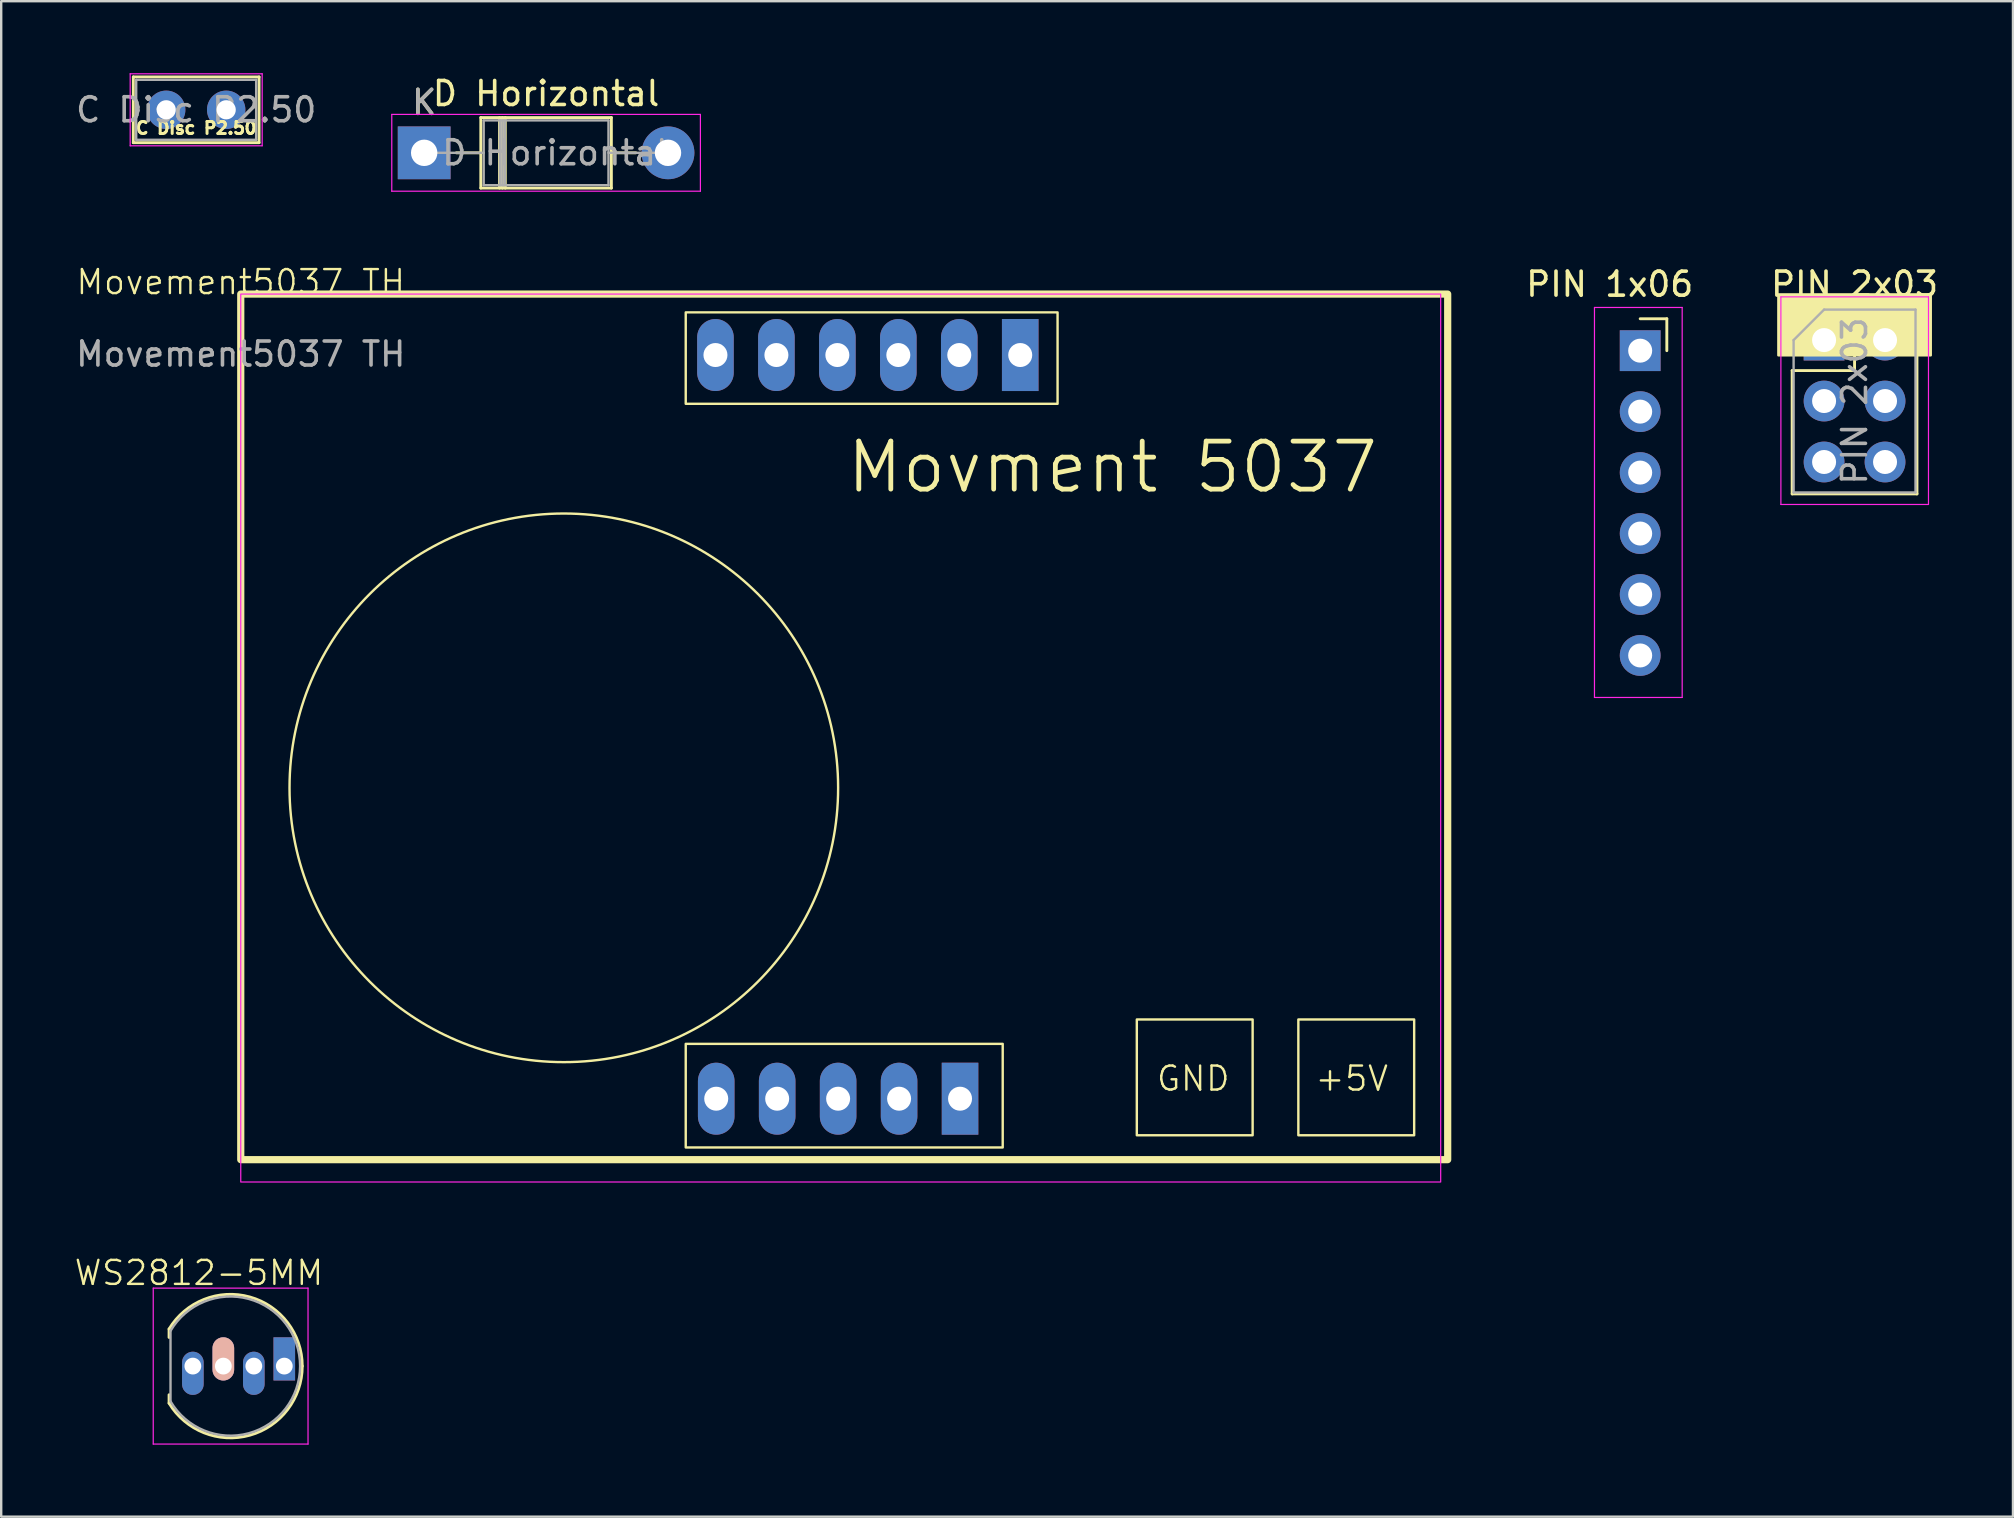
<source format=kicad_pcb>
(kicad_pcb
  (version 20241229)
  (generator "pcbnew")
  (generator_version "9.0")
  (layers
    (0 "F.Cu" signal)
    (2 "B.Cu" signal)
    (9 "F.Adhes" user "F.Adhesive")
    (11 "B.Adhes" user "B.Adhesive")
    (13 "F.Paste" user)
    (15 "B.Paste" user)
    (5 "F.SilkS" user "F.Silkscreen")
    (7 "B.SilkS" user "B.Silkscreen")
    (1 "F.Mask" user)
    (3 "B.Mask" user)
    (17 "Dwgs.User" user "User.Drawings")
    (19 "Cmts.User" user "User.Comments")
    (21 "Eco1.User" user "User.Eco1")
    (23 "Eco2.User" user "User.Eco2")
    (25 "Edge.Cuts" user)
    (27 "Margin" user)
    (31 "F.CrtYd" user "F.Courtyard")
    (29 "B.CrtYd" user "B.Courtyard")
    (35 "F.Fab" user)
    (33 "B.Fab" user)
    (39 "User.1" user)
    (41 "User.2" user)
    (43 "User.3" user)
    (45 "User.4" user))
  (footprint "Movement5037 TH"
    (layer "F.Cu")
    (at 6.982 9.204)
    (property "Reference" "Movement5037 TH" (at 0 -0.5 0) (unlocked yes) (layer "F.SilkS") (effects (font (size 1 1) (thickness 0.1))))
    (attr through_hole)
    (fp_rect (start 0 0) (end 50.292 36.068) (stroke (width 0.3) (type default)) (fill no) (layer "F.SilkS"))
    (fp_rect (start 18.542 0.762) (end 34.036 4.572) (stroke (width 0.1) (type default)) (fill no) (layer "F.SilkS"))
    (fp_rect (start 18.542 31.242) (end 31.75 35.56) (stroke (width 0.1) (type default)) (fill no) (layer "F.SilkS"))
    (fp_rect (start 37.338 30.226) (end 42.164 35.052) (stroke (width 0.1) (type default)) (fill no) (layer "F.SilkS"))
    (fp_rect (start 44.069 30.226) (end 48.895 35.052) (stroke (width 0.1) (type default)) (fill no) (layer "F.SilkS"))
    (fp_circle (center 13.462 20.574) (end 13.462 9.144) (stroke (width 0.1) (type default)) (fill no) (layer "F.SilkS"))
    (fp_rect (start 0 0) (end 50 37) (stroke (width 0.05) (type default)) (fill no) (layer "F.CrtYd"))
    (fp_text user "Movment 5037" (at 25.146 8.382 0) (unlocked yes) (layer "F.SilkS") (effects (font (size 2 2) (thickness 0.2)) (justify left bottom)))
    (fp_text user "+5V" (at 44.704 33.274 0) (unlocked yes) (layer "F.SilkS") (effects (font (size 1 1) (thickness 0.1)) (justify left bottom)))
    (fp_text user "GND" (at 38.1 33.274 0) (unlocked yes) (layer "F.SilkS") (effects (font (size 1 1) (thickness 0.1)) (justify left bottom)))
    (fp_text user "${REFERENCE}" (at 0 2.5 0) (unlocked yes) (layer "F.Fab") (effects (font (size 1 1) (thickness 0.15))))
    (pad "1" thru_hole rect (at 32.48 2.54) (size 1.524 3) (drill 1) (layers "*.Cu" "*.Mask"))
    (pad "2" thru_hole oval (at 29.94 2.54) (size 1.524 3) (drill 1) (layers "*.Cu" "*.Mask"))
    (pad "3" thru_hole oval (at 27.4 2.54) (size 1.524 3) (drill 1) (layers "*.Cu" "*.Mask"))
    (pad "4" thru_hole oval (at 24.86 2.54) (size 1.524 3) (drill 1) (layers "*.Cu" "*.Mask"))
    (pad "5" thru_hole oval (at 22.32 2.54) (size 1.524 3) (drill 1) (layers "*.Cu" "*.Mask"))
    (pad "6" thru_hole oval (at 19.78 2.54) (size 1.524 3) (drill 1) (layers "*.Cu" "*.Mask"))
    (pad "7" thru_hole rect (at 29.972 33.528) (size 1.524 3) (drill 1) (layers "*.Cu" "*.Mask"))
    (pad "8" thru_hole oval (at 27.432 33.528) (size 1.524 3) (drill 1) (layers "*.Cu" "*.Mask"))
    (pad "9" thru_hole oval (at 24.892 33.528) (size 1.524 3) (drill 1) (layers "*.Cu" "*.Mask"))
    (pad "10" thru_hole oval (at 22.352 33.528) (size 1.524 3) (drill 1) (layers "*.Cu" "*.Mask"))
    (pad "11" thru_hole oval (at 19.812 33.528) (size 1.524 3) (drill 1) (layers "*.Cu" "*.Mask")))
  (footprint "C Disc P2.50"
    (layer "F.Cu")
    (at 3.875 1.525)
    (property "Reference" "C Disc P2.50" (at 1.25 0.762 0) (layer "F.SilkS") (effects (font (size 0.5 0.5) (thickness 0.125))))
    (attr through_hole)
    (fp_line (start -1.37 -1.37) (end -1.37 1.37) (stroke (width 0.12) (type solid)) (layer "F.SilkS"))
    (fp_line (start -1.37 -1.37) (end 3.87 -1.37) (stroke (width 0.12) (type solid)) (layer "F.SilkS"))
    (fp_line (start -1.37 1.37) (end 3.87 1.37) (stroke (width 0.12) (type solid)) (layer "F.SilkS"))
    (fp_line (start 3.87 -1.37) (end 3.87 1.37) (stroke (width 0.12) (type solid)) (layer "F.SilkS"))
    (fp_line (start -1.5 -1.5) (end -1.5 1.5) (stroke (width 0.05) (type solid)) (layer "F.CrtYd"))
    (fp_line (start -1.5 1.5) (end 4 1.5) (stroke (width 0.05) (type solid)) (layer "F.CrtYd"))
    (fp_line (start 4 -1.5) (end -1.5 -1.5) (stroke (width 0.05) (type solid)) (layer "F.CrtYd"))
    (fp_line (start 4 1.5) (end 4 -1.5) (stroke (width 0.05) (type solid)) (layer "F.CrtYd"))
    (fp_line (start -1.25 -1.25) (end -1.25 1.25) (stroke (width 0.1) (type solid)) (layer "F.Fab"))
    (fp_line (start -1.25 1.25) (end 3.75 1.25) (stroke (width 0.1) (type solid)) (layer "F.Fab"))
    (fp_line (start 3.75 -1.25) (end -1.25 -1.25) (stroke (width 0.1) (type solid)) (layer "F.Fab"))
    (fp_line (start 3.75 1.25) (end 3.75 -1.25) (stroke (width 0.1) (type solid)) (layer "F.Fab"))
    (fp_text user "${REFERENCE}" (at 1.25 0 0) (layer "F.Fab") (effects (font (size 1 1) (thickness 0.15))))
    (pad "1" thru_hole circle (at 0 0) (size 1.6 1.6) (drill 0.8) (layers "*.Cu" "*.Mask"))
    (pad "2" thru_hole circle (at 2.5 0) (size 1.6 1.6) (drill 0.8) (layers "*.Cu" "*.Mask")))
  (footprint "WS2812-5MM"
    (layer "F.Cu")
    (at 6.51 53.799)
    (property "Reference" "WS2812-5MM" (at -1.27 -3.81 0) (unlocked yes) (layer "F.SilkS") (effects (font (size 1 1) (thickness 0.1))))
    (attr smd)
    (fp_line (start -2.515 -1.47) (end -2.515 -1.12) (stroke (width 0.12) (type solid)) (layer "F.SilkS"))
    (fp_line (start -2.515 1.27) (end -2.515 1.62) (stroke (width 0.12) (type solid)) (layer "F.SilkS"))
    (fp_arc (start -2.515 -1.46983) (mid 0.847002 -2.805433) (end 3.035 0.075462) (stroke (width 0.12) (type solid)) (layer "F.SilkS"))
    (fp_arc (start 3.035 0.074538) (mid 0.847002 2.955433) (end -2.515 1.61983) (stroke (width 0.12) (type solid)) (layer "F.SilkS"))
    (fp_line (start -3.175 -3.175) (end -3.175 3.325) (stroke (width 0.05) (type solid)) (layer "F.CrtYd"))
    (fp_line (start -3.175 3.325) (end 3.275 3.325) (stroke (width 0.05) (type solid)) (layer "F.CrtYd"))
    (fp_line (start 3.275 -3.175) (end -3.175 -3.175) (stroke (width 0.05) (type solid)) (layer "F.CrtYd"))
    (fp_line (start 3.275 3.325) (end 3.275 -3.175) (stroke (width 0.05) (type solid)) (layer "F.CrtYd"))
    (fp_line (start -2.455 -1.395) (end -2.455 1.545) (stroke (width 0.1) (type solid)) (layer "F.Fab"))
    (fp_arc (start -2.455 -1.394694) (mid 2.945 0.075016) (end -2.455016 1.544666) (stroke (width 0.1) (type solid)) (layer "F.Fab"))
    (pad "1" thru_hole rect (at 2.286 0.075) (size 0.9 1.8) (drill 0.7 (offset 0 -0.3)) (layers "*.Cu" "*.Mask"))
    (pad "2" thru_hole oval (at 1.016 0.075) (size 0.9 1.8) (drill 0.7 (offset 0 0.3)) (layers "*.Cu" "*.Mask"))
    (pad "3" thru_hole oval (at -0.254 0.075) (size 0.9 1.8) (drill 0.7 (offset 0 -0.3)) (layers "*.Cu" "*.Mask" "B.SilkS"))
    (pad "4" thru_hole oval (at -1.524 0.075) (size 0.9 1.8) (drill 0.7 (offset 0 0.3)) (layers "*.Cu" "*.Mask")))
  (footprint "PIN 1x06"
    (layer "F.Cu")
    (at 65.295 11.562)
    (property "Reference" "PIN 1x06" (at -1.27 -2.77 0) (layer "F.SilkS") (effects (font (size 1 1) (thickness 0.15))))
    (attr through_hole)
    (fp_line (start 0 -1.33) (end 1.11 -1.33) (stroke (width 0.12) (type solid)) (layer "F.SilkS"))
    (fp_line (start 1.11 -1.33) (end 1.11 0) (stroke (width 0.12) (type solid)) (layer "F.SilkS"))
    (fp_line (start -1.905 -1.8) (end -1.905 14.45) (stroke (width 0.05) (type solid)) (layer "F.CrtYd"))
    (fp_line (start -1.905 14.45) (end 1.75 14.45) (stroke (width 0.05) (type solid)) (layer "F.CrtYd"))
    (fp_line (start 1.75 -1.8) (end -1.905 -1.8) (stroke (width 0.05) (type solid)) (layer "F.CrtYd"))
    (fp_line (start 1.75 14.45) (end 1.75 -1.8) (stroke (width 0.05) (type solid)) (layer "F.CrtYd"))
    (pad "1" thru_hole rect (at 0 0) (size 1.7 1.7) (drill 1) (layers "*.Cu" "*.Mask"))
    (pad "2" thru_hole oval (at 0 2.54) (size 1.7 1.7) (drill 1) (layers "*.Cu" "*.Mask"))
    (pad "3" thru_hole oval (at 0 5.08) (size 1.7 1.7) (drill 1) (layers "*.Cu" "*.Mask"))
    (pad "4" thru_hole oval (at 0 7.62) (size 1.7 1.7) (drill 1) (layers "*.Cu" "*.Mask"))
    (pad "5" thru_hole oval (at 0 10.16) (size 1.7 1.7) (drill 1) (layers "*.Cu" "*.Mask"))
    (pad "6" thru_hole oval (at 0 12.7) (size 1.7 1.7) (drill 1) (layers "*.Cu" "*.Mask")))
  (footprint "D Horizontal"
    (layer "F.Cu")
    (at 14.625 3.318)
    (property "Reference" "D Horizontal" (at 5.08 -2.47 0) (layer "F.SilkS") (effects (font (size 1 1) (thickness 0.15))))
    (attr through_hole)
    (fp_line (start 1.34 0) (end 2.36 0) (stroke (width 0.12) (type solid)) (layer "F.SilkS"))
    (fp_line (start 2.36 -1.47) (end 2.36 1.47) (stroke (width 0.12) (type solid)) (layer "F.SilkS"))
    (fp_line (start 2.36 1.47) (end 7.8 1.47) (stroke (width 0.12) (type solid)) (layer "F.SilkS"))
    (fp_line (start 3.14 -1.47) (end 3.14 1.47) (stroke (width 0.12) (type solid)) (layer "F.SilkS"))
    (fp_line (start 3.26 -1.47) (end 3.26 1.47) (stroke (width 0.12) (type solid)) (layer "F.SilkS"))
    (fp_line (start 3.38 -1.47) (end 3.38 1.47) (stroke (width 0.12) (type solid)) (layer "F.SilkS"))
    (fp_line (start 7.8 -1.47) (end 2.36 -1.47) (stroke (width 0.12) (type solid)) (layer "F.SilkS"))
    (fp_line (start 7.8 1.47) (end 7.8 -1.47) (stroke (width 0.12) (type solid)) (layer "F.SilkS"))
    (fp_line (start 8.82 0) (end 7.8 0) (stroke (width 0.12) (type solid)) (layer "F.SilkS"))
    (fp_line (start -1.35 -1.6) (end -1.35 1.6) (stroke (width 0.05) (type solid)) (layer "F.CrtYd"))
    (fp_line (start -1.35 1.6) (end 11.51 1.6) (stroke (width 0.05) (type solid)) (layer "F.CrtYd"))
    (fp_line (start 11.51 -1.6) (end -1.35 -1.6) (stroke (width 0.05) (type solid)) (layer "F.CrtYd"))
    (fp_line (start 11.51 1.6) (end 11.51 -1.6) (stroke (width 0.05) (type solid)) (layer "F.CrtYd"))
    (fp_line (start 0 0) (end 2.48 0) (stroke (width 0.1) (type solid)) (layer "F.Fab"))
    (fp_line (start 2.48 -1.35) (end 2.48 1.35) (stroke (width 0.1) (type solid)) (layer "F.Fab"))
    (fp_line (start 2.48 1.35) (end 7.68 1.35) (stroke (width 0.1) (type solid)) (layer "F.Fab"))
    (fp_line (start 3.16 -1.35) (end 3.16 1.35) (stroke (width 0.1) (type solid)) (layer "F.Fab"))
    (fp_line (start 3.26 -1.35) (end 3.26 1.35) (stroke (width 0.1) (type solid)) (layer "F.Fab"))
    (fp_line (start 3.36 -1.35) (end 3.36 1.35) (stroke (width 0.1) (type solid)) (layer "F.Fab"))
    (fp_line (start 7.68 -1.35) (end 2.48 -1.35) (stroke (width 0.1) (type solid)) (layer "F.Fab"))
    (fp_line (start 7.68 1.35) (end 7.68 -1.35) (stroke (width 0.1) (type solid)) (layer "F.Fab"))
    (fp_line (start 10.16 0) (end 7.68 0) (stroke (width 0.1) (type solid)) (layer "F.Fab"))
    (fp_text user "K" (at 0 -2.1 0) (layer "F.SilkS") (effects (font (size 1 1) (thickness 0.15))))
    (fp_text user "${REFERENCE}" (at 5.47 0 0) (layer "F.Fab") (effects (font (size 1 1) (thickness 0.15))))
    (fp_text user "K" (at 0 -2.1 0) (layer "F.Fab") (effects (font (size 1 1) (thickness 0.15))))
    (pad "1" thru_hole rect (at 0 0) (size 2.2 2.2) (drill 1.1) (layers "*.Cu" "*.Mask"))
    (pad "2" thru_hole oval (at 10.16 0) (size 2.2 2.2) (drill 1.1) (layers "*.Cu" "*.Mask")))
  (footprint "PIN 2x03"
    (layer "F.Cu")
    (at 72.958 11.121)
    (property "Reference" "PIN 2x03" (at 1.27 -2.33 0) (layer "F.SilkS") (effects (font (size 1 1) (thickness 0.15))))
    (attr through_hole)
    (fp_line (start -1.33 -1.33) (end 0 -1.33) (stroke (width 0.12) (type solid)) (layer "F.SilkS"))
    (fp_line (start -1.33 0) (end -1.33 -1.33) (stroke (width 0.12) (type solid)) (layer "F.SilkS"))
    (fp_line (start -1.33 1.27) (end -1.33 6.41) (stroke (width 0.12) (type solid)) (layer "F.SilkS"))
    (fp_line (start -1.33 1.27) (end 1.27 1.27) (stroke (width 0.12) (type solid)) (layer "F.SilkS"))
    (fp_line (start -1.33 6.41) (end 3.87 6.41) (stroke (width 0.12) (type solid)) (layer "F.SilkS"))
    (fp_line (start 1.27 -1.33) (end 3.87 -1.33) (stroke (width 0.12) (type solid)) (layer "F.SilkS"))
    (fp_line (start 1.27 1.27) (end 1.27 -1.33) (stroke (width 0.12) (type solid)) (layer "F.SilkS"))
    (fp_line (start 3.87 -1.33) (end 3.87 6.41) (stroke (width 0.12) (type solid)) (layer "F.SilkS"))
    (fp_rect (start -1.905 -1.905) (end 4.445 0.635) (stroke (width 0.1) (type solid)) (fill yes) (layer "F.SilkS"))
    (fp_line (start -1.8 -1.8) (end -1.8 6.85) (stroke (width 0.05) (type solid)) (layer "F.CrtYd"))
    (fp_line (start -1.8 6.85) (end 4.35 6.85) (stroke (width 0.05) (type solid)) (layer "F.CrtYd"))
    (fp_line (start 4.35 -1.8) (end -1.8 -1.8) (stroke (width 0.05) (type solid)) (layer "F.CrtYd"))
    (fp_line (start 4.35 6.85) (end 4.35 -1.8) (stroke (width 0.05) (type solid)) (layer "F.CrtYd"))
    (fp_line (start -1.27 0) (end 0 -1.27) (stroke (width 0.1) (type solid)) (layer "F.Fab"))
    (fp_line (start -1.27 6.35) (end -1.27 0) (stroke (width 0.1) (type solid)) (layer "F.Fab"))
    (fp_line (start 0 -1.27) (end 3.81 -1.27) (stroke (width 0.1) (type solid)) (layer "F.Fab"))
    (fp_line (start 3.81 -1.27) (end 3.81 6.35) (stroke (width 0.1) (type solid)) (layer "F.Fab"))
    (fp_line (start 3.81 6.35) (end -1.27 6.35) (stroke (width 0.1) (type solid)) (layer "F.Fab"))
    (fp_text user "${REFERENCE}" (at 1.27 2.54 90) (layer "F.Fab") (effects (font (size 1 1) (thickness 0.15))))
    (pad "1" thru_hole rect (at 0 0) (size 1.7 1.7) (drill 1) (layers "*.Cu" "*.Mask"))
    (pad "2" thru_hole oval (at 2.54 0) (size 1.7 1.7) (drill 1) (layers "*.Cu" "*.Mask"))
    (pad "3" thru_hole oval (at 0 2.54) (size 1.7 1.7) (drill 1) (layers "*.Cu" "*.Mask"))
    (pad "4" thru_hole oval (at 2.54 2.54) (size 1.7 1.7) (drill 1) (layers "*.Cu" "*.Mask"))
    (pad "5" thru_hole oval (at 0 5.08) (size 1.7 1.7) (drill 1) (layers "*.Cu" "*.Mask"))
    (pad "6" thru_hole oval (at 2.54 5.08) (size 1.7 1.7) (drill 1) (layers "*.Cu" "*.Mask")))
  (gr_rect
    (start -3 -3)
    (end 80.829 60.149)
    (stroke (width 0.1) (type default))
    (fill no)
    (layer "Edge.Cuts")))
</source>
